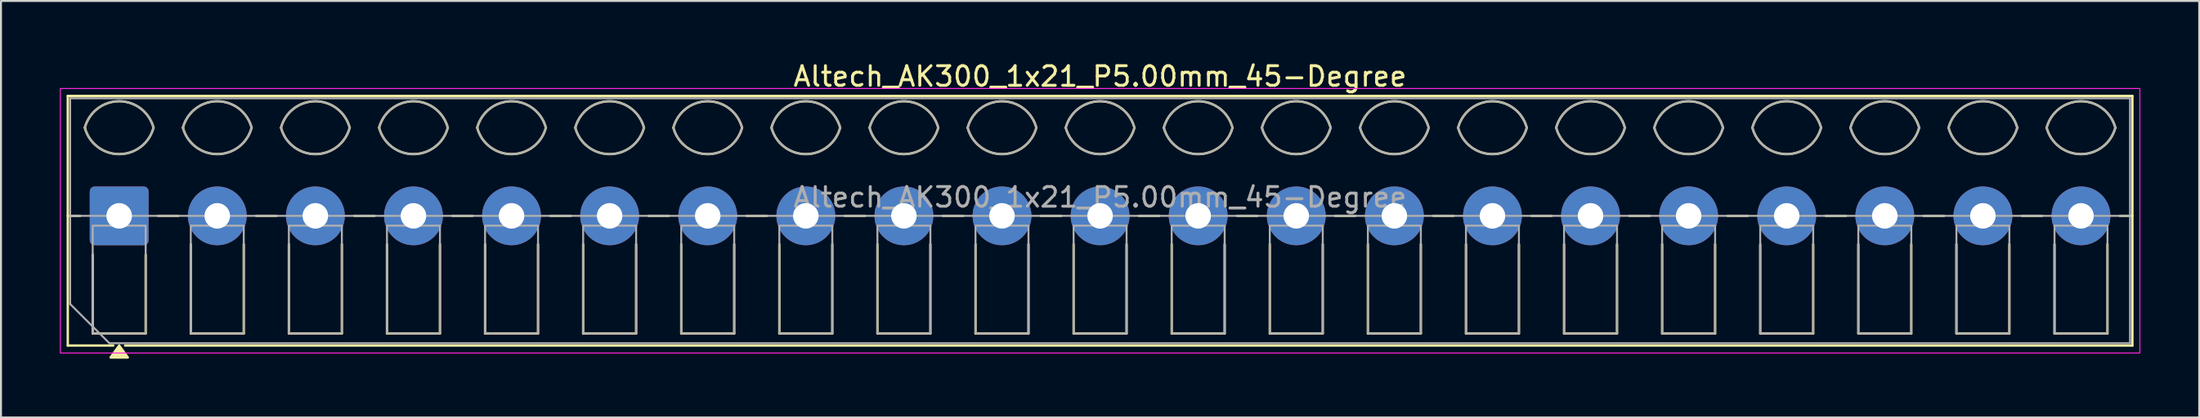
<source format=kicad_pcb>
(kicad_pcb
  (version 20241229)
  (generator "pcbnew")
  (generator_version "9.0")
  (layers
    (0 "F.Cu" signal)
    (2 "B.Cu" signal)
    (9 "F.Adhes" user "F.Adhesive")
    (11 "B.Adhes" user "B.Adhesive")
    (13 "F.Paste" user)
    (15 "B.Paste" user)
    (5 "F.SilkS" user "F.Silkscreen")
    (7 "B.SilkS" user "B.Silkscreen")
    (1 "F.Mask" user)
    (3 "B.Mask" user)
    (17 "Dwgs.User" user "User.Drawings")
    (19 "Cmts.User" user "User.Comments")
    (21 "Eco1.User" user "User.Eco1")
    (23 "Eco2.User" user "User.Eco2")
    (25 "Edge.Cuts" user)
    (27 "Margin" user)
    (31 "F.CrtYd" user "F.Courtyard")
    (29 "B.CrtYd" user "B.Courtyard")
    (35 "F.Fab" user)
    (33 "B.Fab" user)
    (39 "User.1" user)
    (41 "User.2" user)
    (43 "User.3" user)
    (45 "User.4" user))
  (footprint "Altech_AK300_1x21_P5.00mm_45-Degree"
    (layer "F.Cu")
    (at 3.025 7.968)
    (property "Reference" "Altech_AK300_1x21_P5.00mm_45-Degree" (at 50 -7.12 0) (layer "F.SilkS") (effects (font (size 1 1) (thickness 0.15))))
    (attr through_hole)
    (fp_line (start -2.62 -6.12) (end 102.62 -6.12) (stroke (width 0.12) (type solid)) (layer "F.SilkS"))
    (fp_line (start -2.62 0) (end -1.98 0) (stroke (width 0.12) (type solid)) (layer "F.SilkS"))
    (fp_line (start -2.62 6.62) (end -2.62 -6.12) (stroke (width 0.12) (type solid)) (layer "F.SilkS"))
    (fp_line (start -1.35 6) (end -1.35 1.98) (stroke (width 0.12) (type solid)) (layer "F.SilkS"))
    (fp_line (start -0.3 6.62) (end -2.62 6.62) (stroke (width 0.12) (type solid)) (layer "F.SilkS"))
    (fp_line (start 1.35 1.98) (end 1.35 6) (stroke (width 0.12) (type solid)) (layer "F.SilkS"))
    (fp_line (start 1.35 6) (end -1.35 6) (stroke (width 0.12) (type solid)) (layer "F.SilkS"))
    (fp_line (start 1.98 0) (end 3.02 0) (stroke (width 0.12) (type solid)) (layer "F.SilkS"))
    (fp_line (start 3.65 6) (end 3.65 1.448) (stroke (width 0.12) (type solid)) (layer "F.SilkS"))
    (fp_line (start 6.35 1.448) (end 6.35 6) (stroke (width 0.12) (type solid)) (layer "F.SilkS"))
    (fp_line (start 6.35 6) (end 3.65 6) (stroke (width 0.12) (type solid)) (layer "F.SilkS"))
    (fp_line (start 6.98 0) (end 8.02 0) (stroke (width 0.12) (type solid)) (layer "F.SilkS"))
    (fp_line (start 8.65 6) (end 8.65 1.448) (stroke (width 0.12) (type solid)) (layer "F.SilkS"))
    (fp_line (start 11.35 1.448) (end 11.35 6) (stroke (width 0.12) (type solid)) (layer "F.SilkS"))
    (fp_line (start 11.35 6) (end 8.65 6) (stroke (width 0.12) (type solid)) (layer "F.SilkS"))
    (fp_line (start 11.98 0) (end 13.02 0) (stroke (width 0.12) (type solid)) (layer "F.SilkS"))
    (fp_line (start 13.65 6) (end 13.65 1.448) (stroke (width 0.12) (type solid)) (layer "F.SilkS"))
    (fp_line (start 16.35 1.448) (end 16.35 6) (stroke (width 0.12) (type solid)) (layer "F.SilkS"))
    (fp_line (start 16.35 6) (end 13.65 6) (stroke (width 0.12) (type solid)) (layer "F.SilkS"))
    (fp_line (start 16.98 0) (end 18.02 0) (stroke (width 0.12) (type solid)) (layer "F.SilkS"))
    (fp_line (start 18.65 6) (end 18.65 1.448) (stroke (width 0.12) (type solid)) (layer "F.SilkS"))
    (fp_line (start 21.35 1.448) (end 21.35 6) (stroke (width 0.12) (type solid)) (layer "F.SilkS"))
    (fp_line (start 21.35 6) (end 18.65 6) (stroke (width 0.12) (type solid)) (layer "F.SilkS"))
    (fp_line (start 21.98 0) (end 23.02 0) (stroke (width 0.12) (type solid)) (layer "F.SilkS"))
    (fp_line (start 23.65 6) (end 23.65 1.448) (stroke (width 0.12) (type solid)) (layer "F.SilkS"))
    (fp_line (start 26.35 1.448) (end 26.35 6) (stroke (width 0.12) (type solid)) (layer "F.SilkS"))
    (fp_line (start 26.35 6) (end 23.65 6) (stroke (width 0.12) (type solid)) (layer "F.SilkS"))
    (fp_line (start 26.98 0) (end 28.02 0) (stroke (width 0.12) (type solid)) (layer "F.SilkS"))
    (fp_line (start 28.65 6) (end 28.65 1.448) (stroke (width 0.12) (type solid)) (layer "F.SilkS"))
    (fp_line (start 31.35 1.448) (end 31.35 6) (stroke (width 0.12) (type solid)) (layer "F.SilkS"))
    (fp_line (start 31.35 6) (end 28.65 6) (stroke (width 0.12) (type solid)) (layer "F.SilkS"))
    (fp_line (start 31.98 0) (end 33.02 0) (stroke (width 0.12) (type solid)) (layer "F.SilkS"))
    (fp_line (start 33.65 6) (end 33.65 1.448) (stroke (width 0.12) (type solid)) (layer "F.SilkS"))
    (fp_line (start 36.35 1.448) (end 36.35 6) (stroke (width 0.12) (type solid)) (layer "F.SilkS"))
    (fp_line (start 36.35 6) (end 33.65 6) (stroke (width 0.12) (type solid)) (layer "F.SilkS"))
    (fp_line (start 36.98 0) (end 38.02 0) (stroke (width 0.12) (type solid)) (layer "F.SilkS"))
    (fp_line (start 38.65 6) (end 38.65 1.448) (stroke (width 0.12) (type solid)) (layer "F.SilkS"))
    (fp_line (start 41.35 1.448) (end 41.35 6) (stroke (width 0.12) (type solid)) (layer "F.SilkS"))
    (fp_line (start 41.35 6) (end 38.65 6) (stroke (width 0.12) (type solid)) (layer "F.SilkS"))
    (fp_line (start 41.98 0) (end 43.02 0) (stroke (width 0.12) (type solid)) (layer "F.SilkS"))
    (fp_line (start 43.65 6) (end 43.65 1.448) (stroke (width 0.12) (type solid)) (layer "F.SilkS"))
    (fp_line (start 46.35 1.448) (end 46.35 6) (stroke (width 0.12) (type solid)) (layer "F.SilkS"))
    (fp_line (start 46.35 6) (end 43.65 6) (stroke (width 0.12) (type solid)) (layer "F.SilkS"))
    (fp_line (start 46.98 0) (end 48.02 0) (stroke (width 0.12) (type solid)) (layer "F.SilkS"))
    (fp_line (start 48.65 6) (end 48.65 1.448) (stroke (width 0.12) (type solid)) (layer "F.SilkS"))
    (fp_line (start 51.35 1.448) (end 51.35 6) (stroke (width 0.12) (type solid)) (layer "F.SilkS"))
    (fp_line (start 51.35 6) (end 48.65 6) (stroke (width 0.12) (type solid)) (layer "F.SilkS"))
    (fp_line (start 51.98 0) (end 53.02 0) (stroke (width 0.12) (type solid)) (layer "F.SilkS"))
    (fp_line (start 53.65 6) (end 53.65 1.448) (stroke (width 0.12) (type solid)) (layer "F.SilkS"))
    (fp_line (start 56.35 1.448) (end 56.35 6) (stroke (width 0.12) (type solid)) (layer "F.SilkS"))
    (fp_line (start 56.35 6) (end 53.65 6) (stroke (width 0.12) (type solid)) (layer "F.SilkS"))
    (fp_line (start 56.98 0) (end 58.02 0) (stroke (width 0.12) (type solid)) (layer "F.SilkS"))
    (fp_line (start 58.65 6) (end 58.65 1.448) (stroke (width 0.12) (type solid)) (layer "F.SilkS"))
    (fp_line (start 61.35 1.448) (end 61.35 6) (stroke (width 0.12) (type solid)) (layer "F.SilkS"))
    (fp_line (start 61.35 6) (end 58.65 6) (stroke (width 0.12) (type solid)) (layer "F.SilkS"))
    (fp_line (start 61.98 0) (end 63.02 0) (stroke (width 0.12) (type solid)) (layer "F.SilkS"))
    (fp_line (start 63.65 6) (end 63.65 1.448) (stroke (width 0.12) (type solid)) (layer "F.SilkS"))
    (fp_line (start 66.35 1.448) (end 66.35 6) (stroke (width 0.12) (type solid)) (layer "F.SilkS"))
    (fp_line (start 66.35 6) (end 63.65 6) (stroke (width 0.12) (type solid)) (layer "F.SilkS"))
    (fp_line (start 66.98 0) (end 68.02 0) (stroke (width 0.12) (type solid)) (layer "F.SilkS"))
    (fp_line (start 68.65 6) (end 68.65 1.448) (stroke (width 0.12) (type solid)) (layer "F.SilkS"))
    (fp_line (start 71.35 1.448) (end 71.35 6) (stroke (width 0.12) (type solid)) (layer "F.SilkS"))
    (fp_line (start 71.35 6) (end 68.65 6) (stroke (width 0.12) (type solid)) (layer "F.SilkS"))
    (fp_line (start 71.98 0) (end 73.02 0) (stroke (width 0.12) (type solid)) (layer "F.SilkS"))
    (fp_line (start 73.65 6) (end 73.65 1.448) (stroke (width 0.12) (type solid)) (layer "F.SilkS"))
    (fp_line (start 76.35 1.448) (end 76.35 6) (stroke (width 0.12) (type solid)) (layer "F.SilkS"))
    (fp_line (start 76.35 6) (end 73.65 6) (stroke (width 0.12) (type solid)) (layer "F.SilkS"))
    (fp_line (start 76.98 0) (end 78.02 0) (stroke (width 0.12) (type solid)) (layer "F.SilkS"))
    (fp_line (start 78.65 6) (end 78.65 1.448) (stroke (width 0.12) (type solid)) (layer "F.SilkS"))
    (fp_line (start 81.35 1.448) (end 81.35 6) (stroke (width 0.12) (type solid)) (layer "F.SilkS"))
    (fp_line (start 81.35 6) (end 78.65 6) (stroke (width 0.12) (type solid)) (layer "F.SilkS"))
    (fp_line (start 81.98 0) (end 83.02 0) (stroke (width 0.12) (type solid)) (layer "F.SilkS"))
    (fp_line (start 83.65 6) (end 83.65 1.448) (stroke (width 0.12) (type solid)) (layer "F.SilkS"))
    (fp_line (start 86.35 1.448) (end 86.35 6) (stroke (width 0.12) (type solid)) (layer "F.SilkS"))
    (fp_line (start 86.35 6) (end 83.65 6) (stroke (width 0.12) (type solid)) (layer "F.SilkS"))
    (fp_line (start 86.98 0) (end 88.02 0) (stroke (width 0.12) (type solid)) (layer "F.SilkS"))
    (fp_line (start 88.65 6) (end 88.65 1.448) (stroke (width 0.12) (type solid)) (layer "F.SilkS"))
    (fp_line (start 91.35 1.448) (end 91.35 6) (stroke (width 0.12) (type solid)) (layer "F.SilkS"))
    (fp_line (start 91.35 6) (end 88.65 6) (stroke (width 0.12) (type solid)) (layer "F.SilkS"))
    (fp_line (start 91.98 0) (end 93.02 0) (stroke (width 0.12) (type solid)) (layer "F.SilkS"))
    (fp_line (start 93.65 6) (end 93.65 1.448) (stroke (width 0.12) (type solid)) (layer "F.SilkS"))
    (fp_line (start 96.35 1.448) (end 96.35 6) (stroke (width 0.12) (type solid)) (layer "F.SilkS"))
    (fp_line (start 96.35 6) (end 93.65 6) (stroke (width 0.12) (type solid)) (layer "F.SilkS"))
    (fp_line (start 96.98 0) (end 98.02 0) (stroke (width 0.12) (type solid)) (layer "F.SilkS"))
    (fp_line (start 98.65 6) (end 98.65 1.448) (stroke (width 0.12) (type solid)) (layer "F.SilkS"))
    (fp_line (start 101.35 1.448) (end 101.35 6) (stroke (width 0.12) (type solid)) (layer "F.SilkS"))
    (fp_line (start 101.35 6) (end 98.65 6) (stroke (width 0.12) (type solid)) (layer "F.SilkS"))
    (fp_line (start 101.98 0) (end 102.62 0) (stroke (width 0.12) (type solid)) (layer "F.SilkS"))
    (fp_line (start 102.62 -6.12) (end 102.62 6.62) (stroke (width 0.12) (type solid)) (layer "F.SilkS"))
    (fp_line (start 102.62 6.62) (end 0.3 6.62) (stroke (width 0.12) (type solid)) (layer "F.SilkS"))
    (fp_arc (start -1.75 -4.5) (mid 0 -5.85) (end 1.75 -4.5) (stroke (width 0.12) (type solid)) (layer "F.SilkS"))
    (fp_arc (start 1.75 -4.5) (mid 0 -3.15) (end -1.75 -4.5) (stroke (width 0.12) (type solid)) (layer "F.SilkS"))
    (fp_arc (start 3.25 -4.5) (mid 5 -5.85) (end 6.75 -4.5) (stroke (width 0.12) (type solid)) (layer "F.SilkS"))
    (fp_arc (start 6.75 -4.5) (mid 5 -3.15) (end 3.25 -4.5) (stroke (width 0.12) (type solid)) (layer "F.SilkS"))
    (fp_arc (start 8.25 -4.5) (mid 10 -5.85) (end 11.75 -4.5) (stroke (width 0.12) (type solid)) (layer "F.SilkS"))
    (fp_arc (start 11.75 -4.5) (mid 10 -3.15) (end 8.25 -4.5) (stroke (width 0.12) (type solid)) (layer "F.SilkS"))
    (fp_arc (start 13.25 -4.5) (mid 15 -5.85) (end 16.75 -4.5) (stroke (width 0.12) (type solid)) (layer "F.SilkS"))
    (fp_arc (start 16.75 -4.5) (mid 15 -3.15) (end 13.25 -4.5) (stroke (width 0.12) (type solid)) (layer "F.SilkS"))
    (fp_arc (start 18.25 -4.5) (mid 20 -5.85) (end 21.75 -4.5) (stroke (width 0.12) (type solid)) (layer "F.SilkS"))
    (fp_arc (start 21.75 -4.5) (mid 20 -3.15) (end 18.25 -4.5) (stroke (width 0.12) (type solid)) (layer "F.SilkS"))
    (fp_arc (start 23.25 -4.5) (mid 25 -5.85) (end 26.75 -4.5) (stroke (width 0.12) (type solid)) (layer "F.SilkS"))
    (fp_arc (start 26.75 -4.5) (mid 25 -3.15) (end 23.25 -4.5) (stroke (width 0.12) (type solid)) (layer "F.SilkS"))
    (fp_arc (start 28.25 -4.5) (mid 30 -5.85) (end 31.75 -4.5) (stroke (width 0.12) (type solid)) (layer "F.SilkS"))
    (fp_arc (start 31.75 -4.5) (mid 30 -3.15) (end 28.25 -4.5) (stroke (width 0.12) (type solid)) (layer "F.SilkS"))
    (fp_arc (start 33.25 -4.5) (mid 35 -5.85) (end 36.75 -4.5) (stroke (width 0.12) (type solid)) (layer "F.SilkS"))
    (fp_arc (start 36.75 -4.5) (mid 35 -3.15) (end 33.25 -4.5) (stroke (width 0.12) (type solid)) (layer "F.SilkS"))
    (fp_arc (start 38.25 -4.5) (mid 40 -5.85) (end 41.75 -4.5) (stroke (width 0.12) (type solid)) (layer "F.SilkS"))
    (fp_arc (start 41.75 -4.5) (mid 40 -3.15) (end 38.25 -4.5) (stroke (width 0.12) (type solid)) (layer "F.SilkS"))
    (fp_arc (start 43.25 -4.5) (mid 45 -5.85) (end 46.75 -4.5) (stroke (width 0.12) (type solid)) (layer "F.SilkS"))
    (fp_arc (start 46.75 -4.5) (mid 45 -3.15) (end 43.25 -4.5) (stroke (width 0.12) (type solid)) (layer "F.SilkS"))
    (fp_arc (start 48.25 -4.5) (mid 50 -5.85) (end 51.75 -4.5) (stroke (width 0.12) (type solid)) (layer "F.SilkS"))
    (fp_arc (start 51.75 -4.5) (mid 50 -3.15) (end 48.25 -4.5) (stroke (width 0.12) (type solid)) (layer "F.SilkS"))
    (fp_arc (start 53.25 -4.5) (mid 55 -5.85) (end 56.75 -4.5) (stroke (width 0.12) (type solid)) (layer "F.SilkS"))
    (fp_arc (start 56.75 -4.5) (mid 55 -3.15) (end 53.25 -4.5) (stroke (width 0.12) (type solid)) (layer "F.SilkS"))
    (fp_arc (start 58.25 -4.5) (mid 60 -5.85) (end 61.75 -4.5) (stroke (width 0.12) (type solid)) (layer "F.SilkS"))
    (fp_arc (start 61.75 -4.5) (mid 60 -3.15) (end 58.25 -4.5) (stroke (width 0.12) (type solid)) (layer "F.SilkS"))
    (fp_arc (start 63.25 -4.5) (mid 65 -5.85) (end 66.75 -4.5) (stroke (width 0.12) (type solid)) (layer "F.SilkS"))
    (fp_arc (start 66.75 -4.5) (mid 65 -3.15) (end 63.25 -4.5) (stroke (width 0.12) (type solid)) (layer "F.SilkS"))
    (fp_arc (start 68.25 -4.5) (mid 70 -5.85) (end 71.75 -4.5) (stroke (width 0.12) (type solid)) (layer "F.SilkS"))
    (fp_arc (start 71.75 -4.5) (mid 70 -3.15) (end 68.25 -4.5) (stroke (width 0.12) (type solid)) (layer "F.SilkS"))
    (fp_arc (start 73.25 -4.5) (mid 75 -5.85) (end 76.75 -4.5) (stroke (width 0.12) (type solid)) (layer "F.SilkS"))
    (fp_arc (start 76.75 -4.5) (mid 75 -3.15) (end 73.25 -4.5) (stroke (width 0.12) (type solid)) (layer "F.SilkS"))
    (fp_arc (start 78.25 -4.5) (mid 80 -5.85) (end 81.75 -4.5) (stroke (width 0.12) (type solid)) (layer "F.SilkS"))
    (fp_arc (start 81.75 -4.5) (mid 80 -3.15) (end 78.25 -4.5) (stroke (width 0.12) (type solid)) (layer "F.SilkS"))
    (fp_arc (start 83.25 -4.5) (mid 85 -5.85) (end 86.75 -4.5) (stroke (width 0.12) (type solid)) (layer "F.SilkS"))
    (fp_arc (start 86.75 -4.5) (mid 85 -3.15) (end 83.25 -4.5) (stroke (width 0.12) (type solid)) (layer "F.SilkS"))
    (fp_arc (start 88.25 -4.5) (mid 90 -5.85) (end 91.75 -4.5) (stroke (width 0.12) (type solid)) (layer "F.SilkS"))
    (fp_arc (start 91.75 -4.5) (mid 90 -3.15) (end 88.25 -4.5) (stroke (width 0.12) (type solid)) (layer "F.SilkS"))
    (fp_arc (start 93.25 -4.5) (mid 95 -5.85) (end 96.75 -4.5) (stroke (width 0.12) (type solid)) (layer "F.SilkS"))
    (fp_arc (start 96.75 -4.5) (mid 95 -3.15) (end 93.25 -4.5) (stroke (width 0.12) (type solid)) (layer "F.SilkS"))
    (fp_arc (start 98.25 -4.5) (mid 100 -5.85) (end 101.75 -4.5) (stroke (width 0.12) (type solid)) (layer "F.SilkS"))
    (fp_arc (start 101.75 -4.5) (mid 100 -3.15) (end 98.25 -4.5) (stroke (width 0.12) (type solid)) (layer "F.SilkS"))
    (fp_poly (pts (xy 0 6.62) (xy 0.44 7.23) (xy -0.44 7.23)) (stroke (width 0.12) (type solid)) (fill yes) (layer "F.SilkS"))
    (fp_rect (start -3 -6.5) (end 103 7) (stroke (width 0.05) (type solid)) (fill no) (layer "F.CrtYd"))
    (fp_line (start -2.5 -6) (end 102.5 -6) (stroke (width 0.1) (type solid)) (layer "F.Fab"))
    (fp_line (start -2.5 0) (end 102.5 0) (stroke (width 0.1) (type solid)) (layer "F.Fab"))
    (fp_line (start -2.5 4.5) (end -2.5 -6) (stroke (width 0.1) (type solid)) (layer "F.Fab"))
    (fp_line (start -0.5 6.5) (end -2.5 4.5) (stroke (width 0.1) (type solid)) (layer "F.Fab"))
    (fp_line (start 102.5 -6) (end 102.5 6.5) (stroke (width 0.1) (type solid)) (layer "F.Fab"))
    (fp_line (start 102.5 6.5) (end -0.5 6.5) (stroke (width 0.1) (type solid)) (layer "F.Fab"))
    (fp_rect (start -1.35 0.5) (end 1.35 6) (stroke (width 0.1) (type solid)) (fill no) (layer "F.Fab"))
    (fp_rect (start 3.65 0.5) (end 6.35 6) (stroke (width 0.1) (type solid)) (fill no) (layer "F.Fab"))
    (fp_rect (start 8.65 0.5) (end 11.351 6) (stroke (width 0.1) (type solid)) (fill no) (layer "F.Fab"))
    (fp_rect (start 13.65 0.5) (end 16.351 6) (stroke (width 0.1) (type solid)) (fill no) (layer "F.Fab"))
    (fp_rect (start 18.65 0.5) (end 21.35 6) (stroke (width 0.1) (type solid)) (fill no) (layer "F.Fab"))
    (fp_rect (start 23.65 0.5) (end 26.35 6) (stroke (width 0.1) (type solid)) (fill no) (layer "F.Fab"))
    (fp_rect (start 28.65 0.5) (end 31.35 6) (stroke (width 0.1) (type solid)) (fill no) (layer "F.Fab"))
    (fp_rect (start 33.65 0.5) (end 36.35 6) (stroke (width 0.1) (type solid)) (fill no) (layer "F.Fab"))
    (fp_rect (start 38.65 0.5) (end 41.35 6) (stroke (width 0.1) (type solid)) (fill no) (layer "F.Fab"))
    (fp_rect (start 43.65 0.5) (end 46.35 6) (stroke (width 0.1) (type solid)) (fill no) (layer "F.Fab"))
    (fp_rect (start 48.65 0.5) (end 51.35 6) (stroke (width 0.1) (type solid)) (fill no) (layer "F.Fab"))
    (fp_rect (start 53.65 0.5) (end 56.35 6) (stroke (width 0.1) (type solid)) (fill no) (layer "F.Fab"))
    (fp_rect (start 58.65 0.5) (end 61.35 6) (stroke (width 0.1) (type solid)) (fill no) (layer "F.Fab"))
    (fp_rect (start 63.65 0.5) (end 66.35 6) (stroke (width 0.1) (type solid)) (fill no) (layer "F.Fab"))
    (fp_rect (start 68.65 0.5) (end 71.35 6) (stroke (width 0.1) (type solid)) (fill no) (layer "F.Fab"))
    (fp_rect (start 73.65 0.5) (end 76.35 6) (stroke (width 0.1) (type solid)) (fill no) (layer "F.Fab"))
    (fp_rect (start 78.65 0.5) (end 81.35 6) (stroke (width 0.1) (type solid)) (fill no) (layer "F.Fab"))
    (fp_rect (start 83.65 0.5) (end 86.35 6) (stroke (width 0.1) (type solid)) (fill no) (layer "F.Fab"))
    (fp_rect (start 88.65 0.5) (end 91.35 6) (stroke (width 0.1) (type solid)) (fill no) (layer "F.Fab"))
    (fp_rect (start 93.65 0.5) (end 96.35 6) (stroke (width 0.1) (type solid)) (fill no) (layer "F.Fab"))
    (fp_rect (start 98.65 0.5) (end 101.35 6) (stroke (width 0.1) (type solid)) (fill no) (layer "F.Fab"))
    (fp_arc (start -1.75 -4.5) (mid 0 -5.85) (end 1.75 -4.5) (stroke (width 0.1) (type solid)) (layer "F.Fab"))
    (fp_arc (start 1.75 -4.5) (mid 0 -3.15) (end -1.75 -4.5) (stroke (width 0.1) (type solid)) (layer "F.Fab"))
    (fp_arc (start 3.25 -4.5) (mid 5 -5.85) (end 6.75 -4.5) (stroke (width 0.1) (type solid)) (layer "F.Fab"))
    (fp_arc (start 6.75 -4.5) (mid 5 -3.15) (end 3.25 -4.5) (stroke (width 0.1) (type solid)) (layer "F.Fab"))
    (fp_arc (start 8.25 -4.5) (mid 10 -5.85) (end 11.75 -4.5) (stroke (width 0.1) (type solid)) (layer "F.Fab"))
    (fp_arc (start 11.75 -4.5) (mid 10 -3.15) (end 8.25 -4.5) (stroke (width 0.1) (type solid)) (layer "F.Fab"))
    (fp_arc (start 13.25 -4.5) (mid 15 -5.85) (end 16.75 -4.5) (stroke (width 0.1) (type solid)) (layer "F.Fab"))
    (fp_arc (start 16.75 -4.5) (mid 15 -3.15) (end 13.25 -4.5) (stroke (width 0.1) (type solid)) (layer "F.Fab"))
    (fp_arc (start 18.25 -4.5) (mid 20 -5.85) (end 21.75 -4.5) (stroke (width 0.1) (type solid)) (layer "F.Fab"))
    (fp_arc (start 21.75 -4.5) (mid 20 -3.15) (end 18.25 -4.5) (stroke (width 0.1) (type solid)) (layer "F.Fab"))
    (fp_arc (start 23.25 -4.5) (mid 25 -5.85) (end 26.75 -4.5) (stroke (width 0.1) (type solid)) (layer "F.Fab"))
    (fp_arc (start 26.75 -4.5) (mid 25 -3.15) (end 23.25 -4.5) (stroke (width 0.1) (type solid)) (layer "F.Fab"))
    (fp_arc (start 28.25 -4.5) (mid 30 -5.85) (end 31.75 -4.5) (stroke (width 0.1) (type solid)) (layer "F.Fab"))
    (fp_arc (start 31.75 -4.5) (mid 30 -3.15) (end 28.25 -4.5) (stroke (width 0.1) (type solid)) (layer "F.Fab"))
    (fp_arc (start 33.25 -4.5) (mid 35 -5.85) (end 36.75 -4.5) (stroke (width 0.1) (type solid)) (layer "F.Fab"))
    (fp_arc (start 36.75 -4.5) (mid 35 -3.15) (end 33.25 -4.5) (stroke (width 0.1) (type solid)) (layer "F.Fab"))
    (fp_arc (start 38.25 -4.5) (mid 40 -5.85) (end 41.75 -4.5) (stroke (width 0.1) (type solid)) (layer "F.Fab"))
    (fp_arc (start 41.75 -4.5) (mid 40 -3.15) (end 38.25 -4.5) (stroke (width 0.1) (type solid)) (layer "F.Fab"))
    (fp_arc (start 43.25 -4.5) (mid 45 -5.85) (end 46.75 -4.5) (stroke (width 0.1) (type solid)) (layer "F.Fab"))
    (fp_arc (start 46.75 -4.5) (mid 45 -3.15) (end 43.25 -4.5) (stroke (width 0.1) (type solid)) (layer "F.Fab"))
    (fp_arc (start 48.25 -4.5) (mid 50 -5.85) (end 51.75 -4.5) (stroke (width 0.1) (type solid)) (layer "F.Fab"))
    (fp_arc (start 51.75 -4.5) (mid 50 -3.15) (end 48.25 -4.5) (stroke (width 0.1) (type solid)) (layer "F.Fab"))
    (fp_arc (start 53.25 -4.5) (mid 55 -5.85) (end 56.75 -4.5) (stroke (width 0.1) (type solid)) (layer "F.Fab"))
    (fp_arc (start 56.75 -4.5) (mid 55 -3.15) (end 53.25 -4.5) (stroke (width 0.1) (type solid)) (layer "F.Fab"))
    (fp_arc (start 58.25 -4.5) (mid 60 -5.85) (end 61.75 -4.5) (stroke (width 0.1) (type solid)) (layer "F.Fab"))
    (fp_arc (start 61.75 -4.5) (mid 60 -3.15) (end 58.25 -4.5) (stroke (width 0.1) (type solid)) (layer "F.Fab"))
    (fp_arc (start 63.25 -4.5) (mid 65 -5.85) (end 66.75 -4.5) (stroke (width 0.1) (type solid)) (layer "F.Fab"))
    (fp_arc (start 66.75 -4.5) (mid 65 -3.15) (end 63.25 -4.5) (stroke (width 0.1) (type solid)) (layer "F.Fab"))
    (fp_arc (start 68.25 -4.5) (mid 70 -5.85) (end 71.75 -4.5) (stroke (width 0.1) (type solid)) (layer "F.Fab"))
    (fp_arc (start 71.75 -4.5) (mid 70 -3.15) (end 68.25 -4.5) (stroke (width 0.1) (type solid)) (layer "F.Fab"))
    (fp_arc (start 73.25 -4.5) (mid 75 -5.85) (end 76.75 -4.5) (stroke (width 0.1) (type solid)) (layer "F.Fab"))
    (fp_arc (start 76.75 -4.5) (mid 75 -3.15) (end 73.25 -4.5) (stroke (width 0.1) (type solid)) (layer "F.Fab"))
    (fp_arc (start 78.25 -4.5) (mid 80 -5.85) (end 81.75 -4.5) (stroke (width 0.1) (type solid)) (layer "F.Fab"))
    (fp_arc (start 81.75 -4.5) (mid 80 -3.15) (end 78.25 -4.5) (stroke (width 0.1) (type solid)) (layer "F.Fab"))
    (fp_arc (start 83.25 -4.5) (mid 85 -5.85) (end 86.75 -4.5) (stroke (width 0.1) (type solid)) (layer "F.Fab"))
    (fp_arc (start 86.75 -4.5) (mid 85 -3.15) (end 83.25 -4.5) (stroke (width 0.1) (type solid)) (layer "F.Fab"))
    (fp_arc (start 88.25 -4.5) (mid 90 -5.85) (end 91.75 -4.5) (stroke (width 0.1) (type solid)) (layer "F.Fab"))
    (fp_arc (start 91.75 -4.5) (mid 90 -3.15) (end 88.25 -4.5) (stroke (width 0.1) (type solid)) (layer "F.Fab"))
    (fp_arc (start 93.25 -4.5) (mid 95 -5.85) (end 96.75 -4.5) (stroke (width 0.1) (type solid)) (layer "F.Fab"))
    (fp_arc (start 96.75 -4.5) (mid 95 -3.15) (end 93.25 -4.5) (stroke (width 0.1) (type solid)) (layer "F.Fab"))
    (fp_arc (start 98.25 -4.5) (mid 100 -5.85) (end 101.75 -4.5) (stroke (width 0.1) (type solid)) (layer "F.Fab"))
    (fp_arc (start 101.75 -4.5) (mid 100 -3.15) (end 98.25 -4.5) (stroke (width 0.1) (type solid)) (layer "F.Fab"))
    (fp_text user "${REFERENCE}" (at 50 -0.95 0) (layer "F.Fab") (effects (font (size 1 1) (thickness 0.15))))
    (pad "1" thru_hole roundrect (at 0 0) (size 3 3) (drill 1.3) (layers "*.Cu" "*.Mask") (roundrect_rratio 0.083))
    (pad "2" thru_hole circle (at 5 0) (size 3 3) (drill 1.3) (layers "*.Cu" "*.Mask"))
    (pad "3" thru_hole circle (at 10 0) (size 3 3) (drill 1.3) (layers "*.Cu" "*.Mask"))
    (pad "4" thru_hole circle (at 15 0) (size 3 3) (drill 1.3) (layers "*.Cu" "*.Mask"))
    (pad "5" thru_hole circle (at 20 0) (size 3 3) (drill 1.3) (layers "*.Cu" "*.Mask"))
    (pad "6" thru_hole circle (at 25 0) (size 3 3) (drill 1.3) (layers "*.Cu" "*.Mask"))
    (pad "7" thru_hole circle (at 30 0) (size 3 3) (drill 1.3) (layers "*.Cu" "*.Mask"))
    (pad "8" thru_hole circle (at 35 0) (size 3 3) (drill 1.3) (layers "*.Cu" "*.Mask"))
    (pad "9" thru_hole circle (at 40 0) (size 3 3) (drill 1.3) (layers "*.Cu" "*.Mask"))
    (pad "10" thru_hole circle (at 45 0) (size 3 3) (drill 1.3) (layers "*.Cu" "*.Mask"))
    (pad "11" thru_hole circle (at 50 0) (size 3 3) (drill 1.3) (layers "*.Cu" "*.Mask"))
    (pad "12" thru_hole circle (at 55 0) (size 3 3) (drill 1.3) (layers "*.Cu" "*.Mask"))
    (pad "13" thru_hole circle (at 60 0) (size 3 3) (drill 1.3) (layers "*.Cu" "*.Mask"))
    (pad "14" thru_hole circle (at 65 0) (size 3 3) (drill 1.3) (layers "*.Cu" "*.Mask"))
    (pad "15" thru_hole circle (at 70 0) (size 3 3) (drill 1.3) (layers "*.Cu" "*.Mask"))
    (pad "16" thru_hole circle (at 75 0) (size 3 3) (drill 1.3) (layers "*.Cu" "*.Mask"))
    (pad "17" thru_hole circle (at 80 0) (size 3 3) (drill 1.3) (layers "*.Cu" "*.Mask"))
    (pad "18" thru_hole circle (at 85 0) (size 3 3) (drill 1.3) (layers "*.Cu" "*.Mask"))
    (pad "19" thru_hole circle (at 90 0) (size 3 3) (drill 1.3) (layers "*.Cu" "*.Mask"))
    (pad "20" thru_hole circle (at 95 0) (size 3 3) (drill 1.3) (layers "*.Cu" "*.Mask"))
    (pad "21" thru_hole circle (at 100 0) (size 3 3) (drill 1.3) (layers "*.Cu" "*.Mask")))
  (gr_rect
    (start -3 -3)
    (end 109.05 18.258)
    (stroke (width 0.1) (type default))
    (fill no)
    (layer "Edge.Cuts")))
</source>
